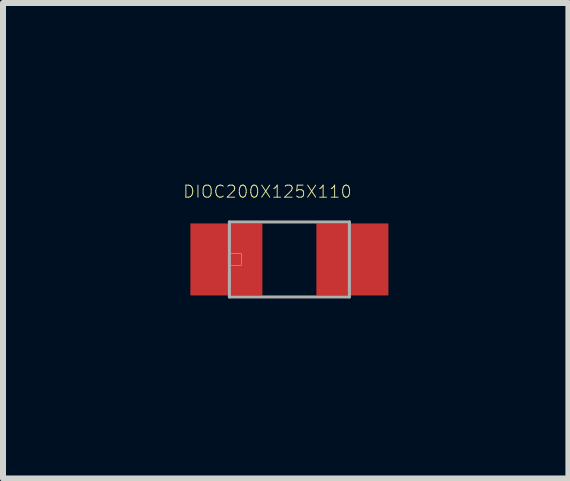
<source format=kicad_pcb>
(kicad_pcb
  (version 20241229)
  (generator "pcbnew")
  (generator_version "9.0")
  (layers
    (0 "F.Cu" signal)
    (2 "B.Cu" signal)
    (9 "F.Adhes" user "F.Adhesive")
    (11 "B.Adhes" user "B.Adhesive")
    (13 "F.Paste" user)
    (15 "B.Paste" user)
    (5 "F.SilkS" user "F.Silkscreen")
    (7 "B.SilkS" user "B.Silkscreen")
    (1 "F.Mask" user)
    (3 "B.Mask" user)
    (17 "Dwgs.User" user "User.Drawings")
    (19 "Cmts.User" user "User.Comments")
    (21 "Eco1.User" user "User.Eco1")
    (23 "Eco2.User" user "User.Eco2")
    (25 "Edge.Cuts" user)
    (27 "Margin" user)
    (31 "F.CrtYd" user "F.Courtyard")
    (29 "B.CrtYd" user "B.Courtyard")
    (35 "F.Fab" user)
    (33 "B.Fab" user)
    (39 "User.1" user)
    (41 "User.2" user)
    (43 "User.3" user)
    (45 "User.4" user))
  (footprint "DIOC200X125X110"
    (layer "F.Cu")
    (at 1.773 1.274)
    (property "Reference" "DIOC200X125X110" (at -0.366 -1.13 0) (layer "F.SilkS") (effects (font (size 0.201 0.201) (thickness 0.015))))
    (attr through_hole)
    (fp_line (start -1 -0.625) (end -1 0.625) (stroke (width 0.05) (type solid)) (layer "F.Fab"))
    (fp_line (start -1 0.625) (end 1 0.625) (stroke (width 0.05) (type solid)) (layer "F.Fab"))
    (fp_line (start 1 -0.625) (end -1 -0.625) (stroke (width 0.05) (type solid)) (layer "F.Fab"))
    (fp_line (start 1 0.625) (end 1 -0.625) (stroke (width 0.05) (type solid)) (layer "F.Fab"))
    (fp_poly (pts (xy -1.002 -0.1) (xy -0.8 -0.1) (xy -0.8 0.1) (xy -1.002 0.1)) (stroke (width 0.01) (type solid)) (fill no) (layer "F.Fab"))
    (pad "+" smd rect (at 1.05 0) (size 1.2 1.2) (layers "F.Cu" "F.Mask" "F.Paste"))
    (pad "-" smd rect (at -1.05 0) (size 1.2 1.2) (layers "F.Cu" "F.Mask" "F.Paste")))
  (gr_rect
    (start -3 -3)
    (end 6.423 4.924)
    (stroke (width 0.1) (type default))
    (fill no)
    (layer "Edge.Cuts")))
</source>
